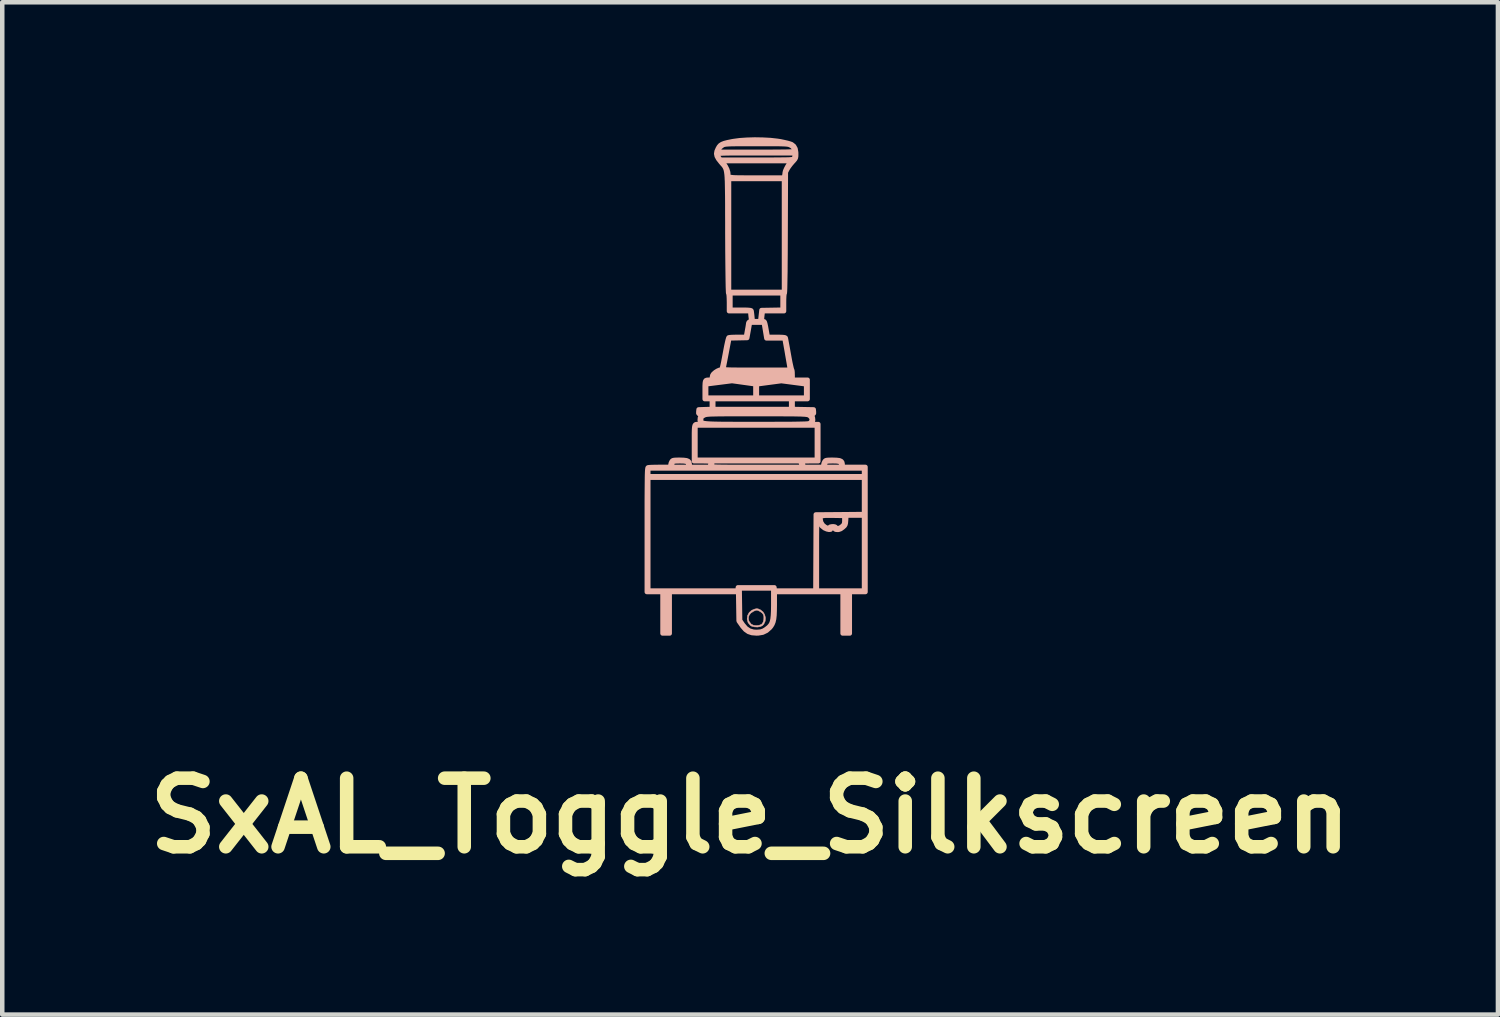
<source format=kicad_pcb>
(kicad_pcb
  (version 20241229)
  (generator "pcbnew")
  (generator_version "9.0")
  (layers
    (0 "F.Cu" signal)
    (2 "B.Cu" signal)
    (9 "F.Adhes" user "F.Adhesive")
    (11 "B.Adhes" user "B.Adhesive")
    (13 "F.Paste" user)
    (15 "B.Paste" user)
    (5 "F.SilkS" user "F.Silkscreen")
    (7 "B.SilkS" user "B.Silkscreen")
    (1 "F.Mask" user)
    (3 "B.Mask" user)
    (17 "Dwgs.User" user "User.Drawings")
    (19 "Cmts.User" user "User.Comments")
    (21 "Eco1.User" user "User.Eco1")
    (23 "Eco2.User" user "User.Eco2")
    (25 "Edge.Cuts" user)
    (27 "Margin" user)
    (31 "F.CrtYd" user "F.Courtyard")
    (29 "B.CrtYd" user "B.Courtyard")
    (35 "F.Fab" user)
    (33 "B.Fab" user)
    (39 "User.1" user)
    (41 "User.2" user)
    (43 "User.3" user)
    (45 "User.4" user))
  (footprint "SxAL_Toggle_Silkscreen"
    (layer "F.Cu")
    (at 13.614 5.673)
    (property "Reference" "SxAL_Toggle_Silkscreen" (at 0 9.4 0) (layer "F.SilkS") (effects (font (size 1.524 1.524) (thickness 0.3))))
    (attr through_hole)
    (fp_poly (pts (xy 0.18 4.804) (xy 0.226 4.824) (xy 0.229 4.825) (xy 0.287 4.871) (xy 0.325 4.933) (xy 0.342 5.004) (xy 0.336 5.076) (xy 0.306 5.141) (xy 0.274 5.176) (xy 0.227 5.198) (xy 0.163 5.208) (xy 0.095 5.204) (xy 0.035 5.188) (xy 0.006 5.171) (xy -0.044 5.11) (xy -0.065 5.037) (xy -0.063 5.015) (xy -0.038 5.015) (xy -0.024 5.078) (xy 0.02 5.137) (xy 0.03 5.146) (xy 0.076 5.168) (xy 0.137 5.175) (xy 0.2 5.169) (xy 0.251 5.149) (xy 0.26 5.143) (xy 0.289 5.101) (xy 0.305 5.041) (xy 0.306 4.977) (xy 0.296 4.934) (xy 0.269 4.896) (xy 0.222 4.862) (xy 0.214 4.858) (xy 0.174 4.839) (xy 0.146 4.833) (xy 0.116 4.841) (xy 0.08 4.856) (xy 0.015 4.898) (xy -0.025 4.953) (xy -0.038 5.015) (xy -0.063 5.015) (xy -0.057 4.959) (xy -0.056 4.953) (xy -0.019 4.884) (xy 0.039 4.835) (xy 0.103 4.808) (xy 0.144 4.8) (xy 0.18 4.804)) (stroke (width 0.01) (type solid)) (fill yes) (layer "B.SilkS"))
    (fp_poly (pts (xy 0.281 -5.62) (xy 0.45 -5.611) (xy 0.603 -5.594) (xy 0.675 -5.583) (xy 0.755 -5.566) (xy 0.829 -5.549) (xy 0.888 -5.532) (xy 0.924 -5.519) (xy 0.924 -5.519) (xy 0.976 -5.478) (xy 1.009 -5.419) (xy 1.023 -5.338) (xy 1.024 -5.302) (xy 1.023 -5.25) (xy 1.016 -5.214) (xy 0.999 -5.183) (xy 0.967 -5.145) (xy 0.946 -5.123) (xy 0.9 -5.069) (xy 0.857 -5.011) (xy 0.831 -4.969) (xy 0.794 -4.897) (xy 0.789 -3.552) (xy 0.788 -3.298) (xy 0.787 -3.069) (xy 0.785 -2.864) (xy 0.784 -2.686) (xy 0.781 -2.534) (xy 0.779 -2.41) (xy 0.777 -2.315) (xy 0.774 -2.249) (xy 0.771 -2.213) (xy 0.769 -2.207) (xy 0.763 -2.192) (xy 0.758 -2.149) (xy 0.755 -2.084) (xy 0.754 -2.008) (xy 0.754 -1.81) (xy 0.282 -1.81) (xy 0.272 -1.726) (xy 0.265 -1.66) (xy 0.263 -1.619) (xy 0.268 -1.597) (xy 0.28 -1.589) (xy 0.293 -1.587) (xy 0.308 -1.586) (xy 0.32 -1.578) (xy 0.329 -1.559) (xy 0.339 -1.524) (xy 0.351 -1.468) (xy 0.366 -1.385) (xy 0.392 -1.238) (xy 0.587 -1.238) (xy 0.674 -1.237) (xy 0.734 -1.234) (xy 0.77 -1.229) (xy 0.788 -1.221) (xy 0.791 -1.217) (xy 0.796 -1.195) (xy 0.805 -1.148) (xy 0.818 -1.078) (xy 0.834 -0.992) (xy 0.851 -0.895) (xy 0.858 -0.856) (xy 0.876 -0.756) (xy 0.893 -0.667) (xy 0.909 -0.594) (xy 0.921 -0.542) (xy 0.929 -0.514) (xy 0.931 -0.511) (xy 0.938 -0.493) (xy 0.943 -0.453) (xy 0.944 -0.398) (xy 0.945 -0.396) (xy 0.945 -0.286) (xy 1.278 -0.286) (xy 1.278 0.143) (xy 0.945 0.143) (xy 0.945 0.364) (xy 1.413 0.373) (xy 1.418 0.425) (xy 1.418 0.46) (xy 1.406 0.474) (xy 1.381 0.476) (xy 1.353 0.478) (xy 1.352 0.488) (xy 1.364 0.501) (xy 1.394 0.551) (xy 1.4 0.61) (xy 1.391 0.645) (xy 1.378 0.677) (xy 1.379 0.693) (xy 1.402 0.698) (xy 1.445 0.699) (xy 1.516 0.699) (xy 1.516 1.524) (xy 1.333 1.524) (xy 1.262 1.525) (xy 1.203 1.527) (xy 1.164 1.529) (xy 1.151 1.532) (xy 1.156 1.551) (xy 1.17 1.587) (xy 1.174 1.596) (xy 1.197 1.651) (xy 1.627 1.651) (xy 1.627 1.618) (xy 1.659 1.618) (xy 1.661 1.632) (xy 1.669 1.642) (xy 1.691 1.647) (xy 1.73 1.65) (xy 1.792 1.651) (xy 1.841 1.651) (xy 2.024 1.651) (xy 2.024 1.607) (xy 2.02 1.571) (xy 2.006 1.547) (xy 1.975 1.533) (xy 1.924 1.526) (xy 1.846 1.524) (xy 1.839 1.524) (xy 1.768 1.525) (xy 1.723 1.528) (xy 1.696 1.534) (xy 1.681 1.546) (xy 1.675 1.555) (xy 1.661 1.596) (xy 1.659 1.618) (xy 1.627 1.618) (xy 1.627 1.611) (xy 1.636 1.567) (xy 1.653 1.531) (xy 1.667 1.513) (xy 1.684 1.502) (xy 1.711 1.496) (xy 1.756 1.493) (xy 1.825 1.492) (xy 1.832 1.492) (xy 1.922 1.495) (xy 1.986 1.503) (xy 2.026 1.52) (xy 2.048 1.547) (xy 2.056 1.587) (xy 2.056 1.596) (xy 2.056 1.651) (xy 2.564 1.651) (xy 2.564 4.429) (xy 2.215 4.429) (xy 2.215 5.35) (xy 2.056 5.35) (xy 2.056 4.429) (xy 2.087 4.429) (xy 2.087 5.318) (xy 2.183 5.318) (xy 2.183 4.429) (xy 2.087 4.429) (xy 2.056 4.429) (xy 0.548 4.429) (xy 0.548 4.712) (xy 0.546 4.842) (xy 0.542 4.946) (xy 0.533 5.028) (xy 0.518 5.093) (xy 0.497 5.145) (xy 0.469 5.191) (xy 0.443 5.223) (xy 0.367 5.29) (xy 0.282 5.331) (xy 0.182 5.348) (xy 0.142 5.349) (xy 0.042 5.341) (xy -0.037 5.315) (xy -0.105 5.267) (xy -0.17 5.193) (xy -0.182 5.175) (xy -0.254 5.072) (xy -0.259 4.751) (xy -0.264 4.429) (xy -1.786 4.429) (xy -1.786 5.35) (xy -1.945 5.35) (xy -1.945 4.429) (xy -1.913 4.429) (xy -1.913 5.318) (xy -1.818 5.318) (xy -1.818 4.429) (xy -1.913 4.429) (xy -1.945 4.429) (xy -2.294 4.429) (xy -2.294 3.05) (xy -2.294 2.807) (xy -2.294 2.595) (xy -2.294 2.41) (xy -2.293 2.251) (xy -2.292 2.116) (xy -2.291 2.003) (xy -2.29 1.911) (xy -2.29 1.889) (xy -2.262 1.889) (xy -2.262 4.397) (xy -0.28 4.397) (xy -0.273 4.35) (xy -0.232 4.35) (xy -0.227 4.705) (xy -0.222 5.061) (xy -0.159 5.154) (xy -0.091 5.234) (xy -0.015 5.286) (xy 0.074 5.312) (xy 0.143 5.317) (xy 0.235 5.31) (xy 0.301 5.287) (xy 0.354 5.254) (xy 0.406 5.213) (xy 0.416 5.204) (xy 0.447 5.17) (xy 0.471 5.132) (xy 0.488 5.086) (xy 0.501 5.027) (xy 0.509 4.951) (xy 0.514 4.854) (xy 0.516 4.732) (xy 0.516 4.672) (xy 0.516 4.35) (xy -0.232 4.35) (xy -0.273 4.35) (xy -0.27 4.326) (xy 0.54 4.326) (xy 0.55 4.397) (xy 1.452 4.397) (xy 1.456 3.564) (xy 1.484 3.564) (xy 1.484 4.397) (xy 2.532 4.397) (xy 2.532 2.731) (xy 2.139 2.731) (xy 2.132 2.836) (xy 2.127 2.895) (xy 2.118 2.932) (xy 2.101 2.961) (xy 2.069 2.99) (xy 2.064 2.995) (xy 2.014 3.031) (xy 1.967 3.047) (xy 1.942 3.048) (xy 1.899 3.044) (xy 1.882 3.03) (xy 1.881 3.024) (xy 1.867 3.005) (xy 1.841 3) (xy 1.81 3.009) (xy 1.802 3.024) (xy 1.789 3.043) (xy 1.756 3.047) (xy 1.708 3.037) (xy 1.655 3.014) (xy 1.651 3.012) (xy 1.59 2.963) (xy 1.554 2.899) (xy 1.541 2.815) (xy 1.54 2.806) (xy 1.54 2.804) (xy 1.564 2.804) (xy 1.578 2.878) (xy 1.618 2.942) (xy 1.67 2.983) (xy 1.726 3.009) (xy 1.758 3.014) (xy 1.766 2.999) (xy 1.766 2.996) (xy 1.776 2.981) (xy 1.806 2.973) (xy 1.845 2.97) (xy 1.882 2.975) (xy 1.905 2.988) (xy 1.907 2.992) (xy 1.929 3.013) (xy 1.967 3.012) (xy 2.015 2.99) (xy 2.04 2.971) (xy 2.071 2.942) (xy 2.087 2.915) (xy 2.094 2.878) (xy 2.095 2.832) (xy 2.095 2.738) (xy 1.852 2.734) (xy 1.749 2.733) (xy 1.674 2.734) (xy 1.622 2.739) (xy 1.59 2.749) (xy 1.572 2.764) (xy 1.565 2.786) (xy 1.564 2.804) (xy 1.54 2.804) (xy 1.538 2.759) (xy 1.529 2.736) (xy 1.512 2.731) (xy 1.506 2.732) (xy 1.501 2.738) (xy 1.496 2.752) (xy 1.493 2.775) (xy 1.49 2.81) (xy 1.488 2.86) (xy 1.487 2.927) (xy 1.486 3.015) (xy 1.485 3.124) (xy 1.484 3.258) (xy 1.484 3.42) (xy 1.484 3.564) (xy 1.456 3.564) (xy 1.46 2.707) (xy 1.996 2.703) (xy 2.532 2.698) (xy 2.532 1.889) (xy -2.262 1.889) (xy -2.29 1.889) (xy -2.289 1.836) (xy -2.287 1.778) (xy -2.285 1.734) (xy -2.282 1.702) (xy -2.279 1.683) (xy -2.262 1.683) (xy -2.262 1.857) (xy 2.532 1.857) (xy 2.532 1.683) (xy -2.262 1.683) (xy -2.279 1.683) (xy -2.279 1.681) (xy -2.275 1.668) (xy -2.271 1.662) (xy -2.269 1.661) (xy -2.245 1.657) (xy -2.195 1.654) (xy -2.126 1.652) (xy -2.045 1.651) (xy -2.007 1.651) (xy -1.77 1.651) (xy -1.77 1.618) (xy -1.738 1.618) (xy -1.737 1.632) (xy -1.728 1.642) (xy -1.707 1.647) (xy -1.668 1.65) (xy -1.605 1.651) (xy -1.556 1.651) (xy -1.373 1.651) (xy -1.373 1.607) (xy -1.377 1.571) (xy -1.391 1.547) (xy -1.422 1.533) (xy -1.473 1.526) (xy -1.551 1.524) (xy -1.558 1.524) (xy -1.629 1.525) (xy -1.674 1.528) (xy -1.701 1.534) (xy -1.716 1.546) (xy -1.722 1.555) (xy -1.736 1.596) (xy -1.738 1.618) (xy -1.77 1.618) (xy -1.77 1.611) (xy -1.761 1.567) (xy -1.744 1.531) (xy -1.731 1.513) (xy -1.714 1.502) (xy -1.686 1.496) (xy -1.641 1.493) (xy -1.572 1.492) (xy -1.565 1.492) (xy -1.475 1.495) (xy -1.412 1.503) (xy -1.371 1.52) (xy -1.349 1.547) (xy -1.342 1.587) (xy -1.341 1.596) (xy -1.341 1.651) (xy -0.9 1.651) (xy -0.891 1.626) (xy -0.859 1.626) (xy -0.859 1.631) (xy -0.852 1.635) (xy -0.838 1.639) (xy -0.813 1.642) (xy -0.775 1.645) (xy -0.722 1.647) (xy -0.652 1.648) (xy -0.562 1.649) (xy -0.451 1.65) (xy -0.316 1.651) (xy -0.155 1.651) (xy 0.035 1.651) (xy 0.148 1.651) (xy 1.164 1.651) (xy 1.139 1.587) (xy 1.114 1.524) (xy -0.83 1.524) (xy -0.84 1.562) (xy -0.851 1.603) (xy -0.859 1.626) (xy -0.891 1.626) (xy -0.883 1.601) (xy -0.871 1.563) (xy -0.865 1.538) (xy -0.865 1.538) (xy -0.88 1.532) (xy -0.921 1.528) (xy -0.981 1.525) (xy -1.054 1.524) (xy -1.246 1.524) (xy -1.246 1.121) (xy -1.246 0.994) (xy -1.246 0.896) (xy -1.244 0.822) (xy -1.24 0.769) (xy -1.233 0.734) (xy -1.231 0.73) (xy -1.214 0.73) (xy -1.214 1.492) (xy 1.484 1.492) (xy 1.484 0.73) (xy -1.214 0.73) (xy -1.231 0.73) (xy -1.222 0.713) (xy -1.206 0.702) (xy -1.184 0.699) (xy -1.155 0.698) (xy -1.141 0.699) (xy -1.106 0.697) (xy -1.095 0.687) (xy -1.103 0.668) (xy -1.118 0.614) (xy -1.088 0.614) (xy -1.087 0.63) (xy -1.083 0.644) (xy -1.074 0.656) (xy -1.058 0.666) (xy -1.032 0.675) (xy -0.995 0.681) (xy -0.944 0.686) (xy -0.878 0.69) (xy -0.794 0.693) (xy -0.691 0.695) (xy -0.565 0.697) (xy -0.416 0.697) (xy -0.241 0.698) (xy -0.037 0.698) (xy 0.138 0.698) (xy 0.377 0.698) (xy 0.585 0.697) (xy 0.764 0.697) (xy 0.915 0.696) (xy 1.04 0.694) (xy 1.14 0.692) (xy 1.217 0.69) (xy 1.271 0.687) (xy 1.304 0.683) (xy 1.317 0.68) (xy 1.357 0.648) (xy 1.372 0.605) (xy 1.363 0.56) (xy 1.329 0.52) (xy 1.302 0.503) (xy 1.289 0.498) (xy 1.271 0.493) (xy 1.248 0.49) (xy 1.215 0.486) (xy 1.172 0.484) (xy 1.116 0.481) (xy 1.044 0.48) (xy 0.954 0.478) (xy 0.844 0.478) (xy 0.711 0.477) (xy 0.554 0.477) (xy 0.37 0.476) (xy 0.156 0.476) (xy 0.142 0.476) (xy -0.072 0.476) (xy -0.257 0.476) (xy -0.414 0.477) (xy -0.547 0.477) (xy -0.657 0.478) (xy -0.748 0.479) (xy -0.82 0.481) (xy -0.877 0.482) (xy -0.921 0.485) (xy -0.954 0.488) (xy -0.978 0.492) (xy -0.996 0.496) (xy -1.011 0.502) (xy -1.024 0.508) (xy -1.025 0.508) (xy -1.065 0.532) (xy -1.083 0.556) (xy -1.087 0.592) (xy -1.087 0.595) (xy -1.088 0.614) (xy -1.118 0.614) (xy -1.118 0.613) (xy -1.113 0.556) (xy -1.089 0.51) (xy -1.087 0.508) (xy -1.056 0.476) (xy -1.104 0.476) (xy -1.137 0.473) (xy -1.149 0.458) (xy -1.148 0.425) (xy -1.148 0.421) (xy -1.119 0.421) (xy -1.116 0.425) (xy -1.107 0.429) (xy -1.088 0.432) (xy -1.058 0.435) (xy -1.015 0.437) (xy -0.958 0.439) (xy -0.883 0.441) (xy -0.79 0.442) (xy -0.675 0.443) (xy -0.538 0.444) (xy -0.375 0.444) (xy -0.186 0.444) (xy 0.032 0.444) (xy 0.135 0.445) (xy 0.366 0.444) (xy 0.567 0.444) (xy 0.741 0.444) (xy 0.889 0.443) (xy 1.013 0.443) (xy 1.115 0.441) (xy 1.198 0.44) (xy 1.262 0.438) (xy 1.311 0.436) (xy 1.346 0.433) (xy 1.37 0.43) (xy 1.383 0.427) (xy 1.389 0.423) (xy 1.389 0.421) (xy 1.386 0.416) (xy 1.376 0.412) (xy 1.358 0.409) (xy 1.328 0.406) (xy 1.285 0.404) (xy 1.227 0.402) (xy 1.153 0.401) (xy 1.059 0.399) (xy 0.945 0.398) (xy 0.807 0.398) (xy 0.645 0.397) (xy 0.456 0.397) (xy 0.238 0.397) (xy 0.135 0.397) (xy -0.096 0.397) (xy -0.298 0.397) (xy -0.471 0.397) (xy -0.619 0.398) (xy -0.743 0.399) (xy -0.845 0.4) (xy -0.928 0.401) (xy -0.993 0.403) (xy -1.041 0.405) (xy -1.077 0.408) (xy -1.1 0.411) (xy -1.113 0.415) (xy -1.119 0.419) (xy -1.119 0.421) (xy -1.148 0.421) (xy -1.143 0.373) (xy -0.996 0.368) (xy -0.849 0.364) (xy -0.849 0.143) (xy -0.818 0.143) (xy -0.818 0.365) (xy 0.913 0.365) (xy 0.913 0.143) (xy -0.818 0.143) (xy -0.849 0.143) (xy -1.008 0.143) (xy -1.008 -0.062) (xy -1.008 -0.15) (xy -1.006 -0.185) (xy -0.976 -0.185) (xy -0.976 0.111) (xy 0.119 0.111) (xy 0.119 -0.185) (xy 0.151 -0.185) (xy 0.151 0.111) (xy 1.246 0.111) (xy 1.246 -0.185) (xy 0.97 -0.221) (xy 0.765 -0.248) (xy 1.061 -0.248) (xy 1.063 -0.245) (xy 1.09 -0.239) (xy 1.095 -0.238) (xy 1.172 -0.227) (xy 1.223 -0.226) (xy 1.245 -0.234) (xy 1.246 -0.238) (xy 1.231 -0.246) (xy 1.192 -0.251) (xy 1.139 -0.252) (xy 1.085 -0.25) (xy 1.061 -0.248) (xy 0.765 -0.248) (xy 0.694 -0.257) (xy 0.422 -0.221) (xy 0.151 -0.185) (xy 0.119 -0.185) (xy 0.119 -0.186) (xy -0.141 -0.222) (xy -0.298 -0.244) (xy -0.025 -0.244) (xy -0.023 -0.24) (xy -0.016 -0.238) (xy 0.078 -0.228) (xy 0.183 -0.227) (xy 0.279 -0.235) (xy 0.294 -0.237) (xy 0.313 -0.242) (xy 0.306 -0.246) (xy 0.271 -0.248) (xy 0.206 -0.25) (xy 0.143 -0.25) (xy 0.06 -0.249) (xy 0.003 -0.247) (xy -0.025 -0.244) (xy -0.298 -0.244) (xy -0.402 -0.258) (xy -0.976 -0.185) (xy -1.006 -0.185) (xy -1.005 -0.211) (xy -1.001 -0.237) (xy -0.976 -0.237) (xy -0.963 -0.228) (xy -0.92 -0.227) (xy -0.869 -0.231) (xy -0.814 -0.237) (xy -0.774 -0.243) (xy -0.755 -0.248) (xy -0.755 -0.248) (xy -0.767 -0.251) (xy -0.802 -0.253) (xy -0.855 -0.254) (xy -0.863 -0.254) (xy -0.926 -0.252) (xy -0.965 -0.245) (xy -0.976 -0.237) (xy -1.001 -0.237) (xy -0.998 -0.251) (xy -0.985 -0.273) (xy -0.962 -0.283) (xy -0.928 -0.286) (xy -0.905 -0.286) (xy -0.869 -0.288) (xy -0.853 -0.303) (xy -0.847 -0.338) (xy -0.846 -0.345) (xy -0.839 -0.381) (xy -0.818 -0.381) (xy -0.818 -0.286) (xy 0.913 -0.286) (xy 0.913 -0.381) (xy -0.818 -0.381) (xy -0.839 -0.381) (xy -0.838 -0.385) (xy -0.82 -0.413) (xy -0.774 -0.413) (xy 0.069 -0.413) (xy 0.254 -0.413) (xy 0.41 -0.413) (xy 0.539 -0.413) (xy 0.644 -0.414) (xy 0.727 -0.415) (xy 0.791 -0.416) (xy 0.838 -0.419) (xy 0.871 -0.421) (xy 0.893 -0.425) (xy 0.905 -0.429) (xy 0.911 -0.435) (xy 0.913 -0.441) (xy 0.913 -0.445) (xy 0.912 -0.452) (xy 0.908 -0.458) (xy 0.899 -0.463) (xy 0.882 -0.466) (xy 0.854 -0.47) (xy 0.812 -0.472) (xy 0.755 -0.474) (xy 0.679 -0.475) (xy 0.582 -0.476) (xy 0.462 -0.476) (xy 0.315 -0.476) (xy 0.14 -0.476) (xy 0.11 -0.476) (xy -0.071 -0.476) (xy -0.222 -0.476) (xy -0.347 -0.476) (xy -0.449 -0.475) (xy -0.529 -0.474) (xy -0.591 -0.472) (xy -0.638 -0.469) (xy -0.672 -0.466) (xy -0.696 -0.462) (xy -0.713 -0.457) (xy -0.725 -0.451) (xy -0.734 -0.445) (xy -0.774 -0.413) (xy -0.82 -0.413) (xy -0.816 -0.418) (xy -0.774 -0.455) (xy -0.773 -0.456) (xy -0.727 -0.485) (xy -0.685 -0.504) (xy -0.667 -0.508) (xy -0.655 -0.508) (xy -0.645 -0.511) (xy -0.636 -0.519) (xy -0.63 -0.532) (xy -0.592 -0.532) (xy -0.59 -0.526) (xy -0.581 -0.521) (xy -0.564 -0.517) (xy -0.535 -0.514) (xy -0.492 -0.512) (xy -0.433 -0.51) (xy -0.354 -0.509) (xy -0.253 -0.508) (xy -0.127 -0.508) (xy 0.027 -0.508) (xy 0.143 -0.508) (xy 0.885 -0.508) (xy 0.875 -0.575) (xy 0.869 -0.613) (xy 0.858 -0.676) (xy 0.844 -0.756) (xy 0.828 -0.848) (xy 0.815 -0.925) (xy 0.765 -1.206) (xy 0.363 -1.206) (xy 0.305 -1.556) (xy -0.003 -1.556) (xy -0.033 -1.385) (xy -0.064 -1.214) (xy -0.263 -1.21) (xy -0.462 -1.206) (xy -0.522 -0.888) (xy -0.541 -0.79) (xy -0.558 -0.701) (xy -0.573 -0.626) (xy -0.584 -0.571) (xy -0.59 -0.542) (xy -0.591 -0.539) (xy -0.592 -0.532) (xy -0.63 -0.532) (xy -0.627 -0.538) (xy -0.618 -0.568) (xy -0.607 -0.616) (xy -0.593 -0.682) (xy -0.576 -0.772) (xy -0.554 -0.889) (xy -0.545 -0.937) (xy -0.528 -1.027) (xy -0.511 -1.106) (xy -0.496 -1.17) (xy -0.484 -1.211) (xy -0.477 -1.226) (xy -0.455 -1.231) (xy -0.409 -1.235) (xy -0.345 -1.237) (xy -0.276 -1.238) (xy -0.091 -1.238) (xy -0.066 -1.379) (xy -0.054 -1.445) (xy -0.045 -1.501) (xy -0.04 -1.537) (xy -0.04 -1.545) (xy -0.026 -1.569) (xy -0.006 -1.58) (xy 0.014 -1.59) (xy 0.022 -1.61) (xy 0.02 -1.649) (xy 0.018 -1.663) (xy 0.012 -1.716) (xy 0.008 -1.762) (xy 0.008 -1.772) (xy 0.008 -1.81) (xy -0.468 -1.81) (xy -0.468 -2.008) (xy -0.47 -2.09) (xy -0.473 -2.153) (xy -0.478 -2.193) (xy -0.484 -2.207) (xy -0.437 -2.207) (xy -0.437 -1.841) (xy -0.206 -1.841) (xy -0.108 -1.841) (xy -0.039 -1.838) (xy 0.005 -1.833) (xy 0.027 -1.826) (xy 0.031 -1.822) (xy 0.036 -1.796) (xy 0.042 -1.75) (xy 0.048 -1.695) (xy 0.058 -1.587) (xy 0.226 -1.587) (xy 0.24 -1.711) (xy 0.254 -1.834) (xy 0.488 -1.838) (xy 0.722 -1.842) (xy 0.722 -2.207) (xy -0.437 -2.207) (xy -0.484 -2.207) (xy -0.487 -2.222) (xy -0.489 -2.269) (xy -0.492 -2.345) (xy -0.494 -2.45) (xy -0.496 -2.584) (xy -0.498 -2.744) (xy -0.5 -2.93) (xy -0.502 -3.141) (xy -0.503 -3.376) (xy -0.504 -3.552) (xy -0.504 -3.794) (xy -0.505 -4.007) (xy -0.505 -4.192) (xy -0.506 -4.352) (xy -0.508 -4.489) (xy -0.51 -4.604) (xy -0.512 -4.701) (xy -0.515 -4.747) (xy -0.468 -4.747) (xy -0.468 -2.238) (xy 0.754 -2.238) (xy 0.754 -4.747) (xy -0.468 -4.747) (xy -0.515 -4.747) (xy -0.516 -4.781) (xy -0.521 -4.846) (xy -0.528 -4.899) (xy -0.536 -4.941) (xy -0.546 -4.975) (xy -0.559 -5.003) (xy -0.573 -5.027) (xy -0.59 -5.05) (xy -0.61 -5.072) (xy -0.632 -5.097) (xy -0.651 -5.119) (xy -0.67 -5.144) (xy -0.63 -5.144) (xy -0.586 -5.092) (xy -0.542 -5.029) (xy -0.508 -4.961) (xy -0.488 -4.897) (xy -0.485 -4.871) (xy -0.485 -4.848) (xy -0.484 -4.829) (xy -0.479 -4.813) (xy -0.467 -4.802) (xy -0.445 -4.793) (xy -0.411 -4.787) (xy -0.36 -4.782) (xy -0.292 -4.78) (xy -0.201 -4.779) (xy -0.087 -4.778) (xy 0.055 -4.778) (xy 0.143 -4.778) (xy 0.75 -4.778) (xy 0.76 -4.814) (xy 0.768 -4.859) (xy 0.77 -4.883) (xy 0.778 -4.92) (xy 0.8 -4.972) (xy 0.83 -5.029) (xy 0.863 -5.08) (xy 0.885 -5.108) (xy 0.918 -5.144) (xy -0.63 -5.144) (xy -0.67 -5.144) (xy -0.708 -5.192) (xy -0.741 -5.253) (xy -0.748 -5.289) (xy -0.722 -5.289) (xy -0.713 -5.256) (xy -0.69 -5.218) (xy -0.689 -5.217) (xy -0.657 -5.175) (xy 0.151 -5.175) (xy 0.332 -5.175) (xy 0.484 -5.175) (xy 0.609 -5.176) (xy 0.711 -5.177) (xy 0.791 -5.178) (xy 0.852 -5.179) (xy 0.898 -5.182) (xy 0.93 -5.185) (xy 0.951 -5.189) (xy 0.964 -5.194) (xy 0.971 -5.199) (xy 0.976 -5.206) (xy 0.989 -5.246) (xy 0.992 -5.277) (xy 0.992 -5.318) (xy 0.135 -5.318) (xy -0.052 -5.318) (xy -0.209 -5.318) (xy -0.34 -5.318) (xy -0.446 -5.317) (xy -0.531 -5.316) (xy -0.596 -5.314) (xy -0.645 -5.312) (xy -0.679 -5.309) (xy -0.701 -5.306) (xy -0.714 -5.302) (xy -0.721 -5.296) (xy -0.722 -5.29) (xy -0.722 -5.289) (xy -0.748 -5.289) (xy -0.752 -5.308) (xy -0.745 -5.35) (xy -0.722 -5.35) (xy 0.135 -5.35) (xy 0.323 -5.35) (xy 0.482 -5.35) (xy 0.613 -5.351) (xy 0.721 -5.352) (xy 0.806 -5.353) (xy 0.872 -5.355) (xy 0.92 -5.357) (xy 0.954 -5.36) (xy 0.976 -5.363) (xy 0.988 -5.368) (xy 0.992 -5.373) (xy 0.992 -5.375) (xy 0.977 -5.427) (xy 0.931 -5.473) (xy 0.897 -5.493) (xy 0.881 -5.5) (xy 0.863 -5.507) (xy 0.84 -5.512) (xy 0.809 -5.516) (xy 0.768 -5.519) (xy 0.713 -5.521) (xy 0.641 -5.523) (xy 0.548 -5.524) (xy 0.433 -5.524) (xy 0.292 -5.524) (xy 0.143 -5.524) (xy -0.024 -5.524) (xy -0.163 -5.524) (xy -0.275 -5.524) (xy -0.365 -5.522) (xy -0.436 -5.521) (xy -0.489 -5.518) (xy -0.529 -5.515) (xy -0.559 -5.511) (xy -0.581 -5.506) (xy -0.598 -5.499) (xy -0.608 -5.494) (xy -0.664 -5.451) (xy -0.695 -5.407) (xy -0.722 -5.35) (xy -0.745 -5.35) (xy -0.742 -5.366) (xy -0.717 -5.423) (xy -0.693 -5.465) (xy -0.664 -5.498) (xy -0.625 -5.523) (xy -0.572 -5.544) (xy -0.499 -5.563) (xy -0.468 -5.569) (xy -0.258 -5.569) (xy -0.232 -5.566) (xy -0.178 -5.563) (xy -0.096 -5.561) (xy 0.01 -5.56) (xy 0.135 -5.56) (xy 0.248 -5.56) (xy 0.348 -5.562) (xy 0.431 -5.563) (xy 0.493 -5.566) (xy 0.531 -5.568) (xy 0.542 -5.571) (xy 0.54 -5.572) (xy 0.506 -5.576) (xy 0.447 -5.58) (xy 0.368 -5.582) (xy 0.275 -5.584) (xy 0.175 -5.585) (xy 0.072 -5.585) (xy -0.027 -5.584) (xy -0.115 -5.582) (xy -0.188 -5.579) (xy -0.238 -5.575) (xy -0.254 -5.573) (xy -0.258 -5.569) (xy -0.468 -5.569) (xy -0.4 -5.583) (xy -0.371 -5.588) (xy -0.231 -5.607) (xy -0.069 -5.618) (xy 0.105 -5.623) (xy 0.281 -5.62)) (stroke (width 0.1) (type solid)) (fill yes) (layer "B.SilkS")))
  (gr_rect
    (start -3 -3)
    (end 30.229 19.491)
    (stroke (width 0.1) (type default))
    (fill no)
    (layer "Edge.Cuts")))
</source>
